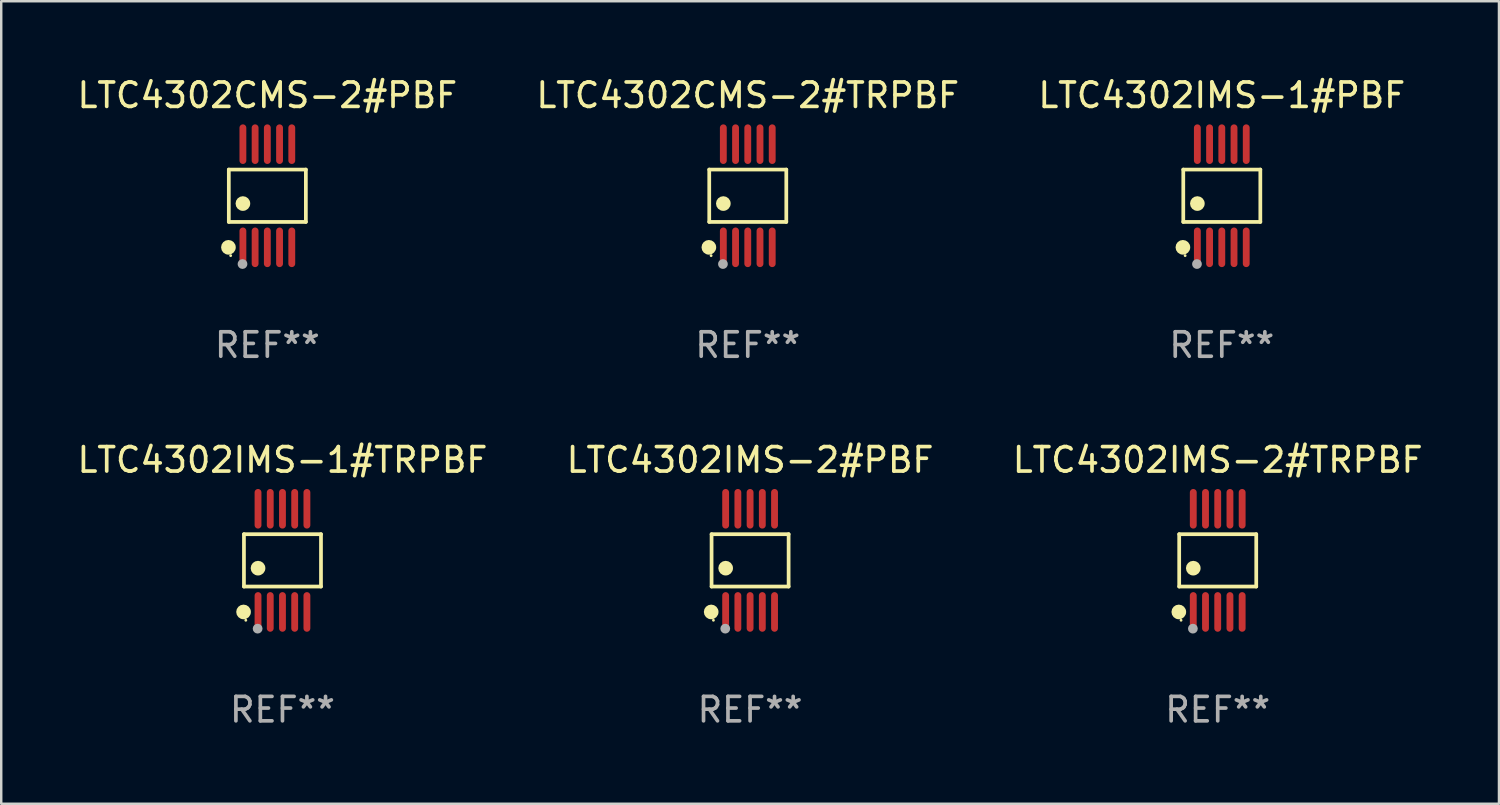
<source format=kicad_pcb>
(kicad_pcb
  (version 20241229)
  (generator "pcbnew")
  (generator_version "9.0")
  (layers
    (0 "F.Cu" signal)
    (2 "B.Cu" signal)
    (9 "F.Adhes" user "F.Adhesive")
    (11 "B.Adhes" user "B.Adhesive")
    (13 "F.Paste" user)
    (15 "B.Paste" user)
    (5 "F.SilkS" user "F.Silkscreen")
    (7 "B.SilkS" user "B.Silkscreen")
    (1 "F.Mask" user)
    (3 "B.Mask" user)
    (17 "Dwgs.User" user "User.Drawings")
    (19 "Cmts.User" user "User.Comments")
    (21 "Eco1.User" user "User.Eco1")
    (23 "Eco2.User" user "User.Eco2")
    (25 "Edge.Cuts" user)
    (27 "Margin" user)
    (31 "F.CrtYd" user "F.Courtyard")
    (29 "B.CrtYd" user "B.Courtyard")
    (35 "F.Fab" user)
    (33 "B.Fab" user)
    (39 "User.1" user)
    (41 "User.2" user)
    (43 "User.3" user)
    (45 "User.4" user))
  (footprint "LTC4302IMS-1#PBF"
    (layer "F.Cu")
    (at 46.935 4.958)
    (property "Reference" "LTC4302IMS-1#PBF" (at 0 -4.11 0) (layer "F.SilkS") (effects (font (size 1 1) (thickness 0.15))))
    (attr through_hole)
    (fp_line (start -1.576 -1.071) (end 1.576 -1.071) (stroke (width 0.152) (type solid)) (layer "F.SilkS"))
    (fp_line (start -1.576 1.071) (end -1.576 -1.071) (stroke (width 0.152) (type solid)) (layer "F.SilkS"))
    (fp_line (start 1.576 -1.071) (end 1.576 1.071) (stroke (width 0.152) (type solid)) (layer "F.SilkS"))
    (fp_line (start 1.576 1.071) (end -1.576 1.071) (stroke (width 0.152) (type solid)) (layer "F.SilkS"))
    (fp_circle (center -1.592 2.11) (end -1.442 2.11) (stroke (width 0.3) (type solid)) (fill no) (layer "F.SilkS"))
    (fp_circle (center -1.5 2.45) (end -1.47 2.45) (stroke (width 0.06) (type solid)) (fill no) (layer "F.SilkS"))
    (fp_circle (center -1 0.319) (end -0.85 0.319) (stroke (width 0.3) (type solid)) (fill no) (layer "F.SilkS"))
    (fp_circle (center -1.016 2.794) (end -0.916 2.794) (stroke (width 0.2) (type solid)) (fill no) (layer "F.Fab"))
    (fp_text user "REF**" (at 0 6.11 0) (layer "F.Fab") (effects (font (size 1 1) (thickness 0.15))))
    (pad "1" smd oval (at -1 2.11) (size 0.28 1.62) (layers "F.Cu" "F.Mask" "F.Paste"))
    (pad "2" smd oval (at -0.5 2.11) (size 0.28 1.62) (layers "F.Cu" "F.Mask" "F.Paste"))
    (pad "3" smd oval (at 0 2.11) (size 0.28 1.62) (layers "F.Cu" "F.Mask" "F.Paste"))
    (pad "4" smd oval (at 0.5 2.11) (size 0.28 1.62) (layers "F.Cu" "F.Mask" "F.Paste"))
    (pad "5" smd oval (at 1 2.11) (size 0.28 1.62) (layers "F.Cu" "F.Mask" "F.Paste"))
    (pad "6" smd oval (at 1 -2.11) (size 0.28 1.62) (layers "F.Cu" "F.Mask" "F.Paste"))
    (pad "7" smd oval (at 0.5 -2.11) (size 0.28 1.62) (layers "F.Cu" "F.Mask" "F.Paste"))
    (pad "8" smd oval (at 0 -2.11) (size 0.28 1.62) (layers "F.Cu" "F.Mask" "F.Paste"))
    (pad "9" smd oval (at -0.5 -2.11) (size 0.28 1.62) (layers "F.Cu" "F.Mask" "F.Paste"))
    (pad "10" smd oval (at -1 -2.11) (size 0.28 1.62) (layers "F.Cu" "F.Mask" "F.Paste")))
  (footprint "LTC4302CMS-2#TRPBF"
    (layer "F.Cu")
    (at 27.542 4.958)
    (property "Reference" "LTC4302CMS-2#TRPBF" (at 0 -4.11 0) (layer "F.SilkS") (effects (font (size 1 1) (thickness 0.15))))
    (attr through_hole)
    (fp_line (start -1.576 -1.071) (end 1.576 -1.071) (stroke (width 0.152) (type solid)) (layer "F.SilkS"))
    (fp_line (start -1.576 1.071) (end -1.576 -1.071) (stroke (width 0.152) (type solid)) (layer "F.SilkS"))
    (fp_line (start 1.576 -1.071) (end 1.576 1.071) (stroke (width 0.152) (type solid)) (layer "F.SilkS"))
    (fp_line (start 1.576 1.071) (end -1.576 1.071) (stroke (width 0.152) (type solid)) (layer "F.SilkS"))
    (fp_circle (center -1.592 2.11) (end -1.442 2.11) (stroke (width 0.3) (type solid)) (fill no) (layer "F.SilkS"))
    (fp_circle (center -1.5 2.45) (end -1.47 2.45) (stroke (width 0.06) (type solid)) (fill no) (layer "F.SilkS"))
    (fp_circle (center -1 0.319) (end -0.85 0.319) (stroke (width 0.3) (type solid)) (fill no) (layer "F.SilkS"))
    (fp_circle (center -1.016 2.794) (end -0.916 2.794) (stroke (width 0.2) (type solid)) (fill no) (layer "F.Fab"))
    (fp_text user "REF**" (at 0 6.11 0) (layer "F.Fab") (effects (font (size 1 1) (thickness 0.15))))
    (pad "1" smd oval (at -1 2.11) (size 0.28 1.62) (layers "F.Cu" "F.Mask" "F.Paste"))
    (pad "2" smd oval (at -0.5 2.11) (size 0.28 1.62) (layers "F.Cu" "F.Mask" "F.Paste"))
    (pad "3" smd oval (at 0 2.11) (size 0.28 1.62) (layers "F.Cu" "F.Mask" "F.Paste"))
    (pad "4" smd oval (at 0.5 2.11) (size 0.28 1.62) (layers "F.Cu" "F.Mask" "F.Paste"))
    (pad "5" smd oval (at 1 2.11) (size 0.28 1.62) (layers "F.Cu" "F.Mask" "F.Paste"))
    (pad "6" smd oval (at 1 -2.11) (size 0.28 1.62) (layers "F.Cu" "F.Mask" "F.Paste"))
    (pad "7" smd oval (at 0.5 -2.11) (size 0.28 1.62) (layers "F.Cu" "F.Mask" "F.Paste"))
    (pad "8" smd oval (at 0 -2.11) (size 0.28 1.62) (layers "F.Cu" "F.Mask" "F.Paste"))
    (pad "9" smd oval (at -0.5 -2.11) (size 0.28 1.62) (layers "F.Cu" "F.Mask" "F.Paste"))
    (pad "10" smd oval (at -1 -2.11) (size 0.28 1.62) (layers "F.Cu" "F.Mask" "F.Paste")))
  (footprint "LTC4302IMS-2#PBF"
    (layer "F.Cu")
    (at 27.637 19.875)
    (property "Reference" "LTC4302IMS-2#PBF" (at 0 -4.11 0) (layer "F.SilkS") (effects (font (size 1 1) (thickness 0.15))))
    (attr through_hole)
    (fp_line (start -1.576 -1.071) (end 1.576 -1.071) (stroke (width 0.152) (type solid)) (layer "F.SilkS"))
    (fp_line (start -1.576 1.071) (end -1.576 -1.071) (stroke (width 0.152) (type solid)) (layer "F.SilkS"))
    (fp_line (start 1.576 -1.071) (end 1.576 1.071) (stroke (width 0.152) (type solid)) (layer "F.SilkS"))
    (fp_line (start 1.576 1.071) (end -1.576 1.071) (stroke (width 0.152) (type solid)) (layer "F.SilkS"))
    (fp_circle (center -1.592 2.11) (end -1.442 2.11) (stroke (width 0.3) (type solid)) (fill no) (layer "F.SilkS"))
    (fp_circle (center -1.5 2.45) (end -1.47 2.45) (stroke (width 0.06) (type solid)) (fill no) (layer "F.SilkS"))
    (fp_circle (center -1 0.319) (end -0.85 0.319) (stroke (width 0.3) (type solid)) (fill no) (layer "F.SilkS"))
    (fp_circle (center -1.016 2.794) (end -0.916 2.794) (stroke (width 0.2) (type solid)) (fill no) (layer "F.Fab"))
    (fp_text user "REF**" (at 0 6.11 0) (layer "F.Fab") (effects (font (size 1 1) (thickness 0.15))))
    (pad "1" smd oval (at -1 2.11) (size 0.28 1.62) (layers "F.Cu" "F.Mask" "F.Paste"))
    (pad "2" smd oval (at -0.5 2.11) (size 0.28 1.62) (layers "F.Cu" "F.Mask" "F.Paste"))
    (pad "3" smd oval (at 0 2.11) (size 0.28 1.62) (layers "F.Cu" "F.Mask" "F.Paste"))
    (pad "4" smd oval (at 0.5 2.11) (size 0.28 1.62) (layers "F.Cu" "F.Mask" "F.Paste"))
    (pad "5" smd oval (at 1 2.11) (size 0.28 1.62) (layers "F.Cu" "F.Mask" "F.Paste"))
    (pad "6" smd oval (at 1 -2.11) (size 0.28 1.62) (layers "F.Cu" "F.Mask" "F.Paste"))
    (pad "7" smd oval (at 0.5 -2.11) (size 0.28 1.62) (layers "F.Cu" "F.Mask" "F.Paste"))
    (pad "8" smd oval (at 0 -2.11) (size 0.28 1.62) (layers "F.Cu" "F.Mask" "F.Paste"))
    (pad "9" smd oval (at -0.5 -2.11) (size 0.28 1.62) (layers "F.Cu" "F.Mask" "F.Paste"))
    (pad "10" smd oval (at -1 -2.11) (size 0.28 1.62) (layers "F.Cu" "F.Mask" "F.Paste")))
  (footprint "LTC4302CMS-2#PBF"
    (layer "F.Cu")
    (at 7.887 4.958)
    (property "Reference" "LTC4302CMS-2#PBF" (at 0 -4.11 0) (layer "F.SilkS") (effects (font (size 1 1) (thickness 0.15))))
    (attr through_hole)
    (fp_line (start -1.576 -1.071) (end 1.576 -1.071) (stroke (width 0.152) (type solid)) (layer "F.SilkS"))
    (fp_line (start -1.576 1.071) (end -1.576 -1.071) (stroke (width 0.152) (type solid)) (layer "F.SilkS"))
    (fp_line (start 1.576 -1.071) (end 1.576 1.071) (stroke (width 0.152) (type solid)) (layer "F.SilkS"))
    (fp_line (start 1.576 1.071) (end -1.576 1.071) (stroke (width 0.152) (type solid)) (layer "F.SilkS"))
    (fp_circle (center -1.592 2.11) (end -1.442 2.11) (stroke (width 0.3) (type solid)) (fill no) (layer "F.SilkS"))
    (fp_circle (center -1.5 2.45) (end -1.47 2.45) (stroke (width 0.06) (type solid)) (fill no) (layer "F.SilkS"))
    (fp_circle (center -1 0.319) (end -0.85 0.319) (stroke (width 0.3) (type solid)) (fill no) (layer "F.SilkS"))
    (fp_circle (center -1.016 2.794) (end -0.916 2.794) (stroke (width 0.2) (type solid)) (fill no) (layer "F.Fab"))
    (fp_text user "REF**" (at 0 6.11 0) (layer "F.Fab") (effects (font (size 1 1) (thickness 0.15))))
    (pad "1" smd oval (at -1 2.11) (size 0.28 1.62) (layers "F.Cu" "F.Mask" "F.Paste"))
    (pad "2" smd oval (at -0.5 2.11) (size 0.28 1.62) (layers "F.Cu" "F.Mask" "F.Paste"))
    (pad "3" smd oval (at 0 2.11) (size 0.28 1.62) (layers "F.Cu" "F.Mask" "F.Paste"))
    (pad "4" smd oval (at 0.5 2.11) (size 0.28 1.62) (layers "F.Cu" "F.Mask" "F.Paste"))
    (pad "5" smd oval (at 1 2.11) (size 0.28 1.62) (layers "F.Cu" "F.Mask" "F.Paste"))
    (pad "6" smd oval (at 1 -2.11) (size 0.28 1.62) (layers "F.Cu" "F.Mask" "F.Paste"))
    (pad "7" smd oval (at 0.5 -2.11) (size 0.28 1.62) (layers "F.Cu" "F.Mask" "F.Paste"))
    (pad "8" smd oval (at 0 -2.11) (size 0.28 1.62) (layers "F.Cu" "F.Mask" "F.Paste"))
    (pad "9" smd oval (at -0.5 -2.11) (size 0.28 1.62) (layers "F.Cu" "F.Mask" "F.Paste"))
    (pad "10" smd oval (at -1 -2.11) (size 0.28 1.62) (layers "F.Cu" "F.Mask" "F.Paste")))
  (footprint "LTC4302IMS-1#TRPBF"
    (layer "F.Cu")
    (at 8.506 19.875)
    (property "Reference" "LTC4302IMS-1#TRPBF" (at 0 -4.11 0) (layer "F.SilkS") (effects (font (size 1 1) (thickness 0.15))))
    (attr through_hole)
    (fp_line (start -1.576 -1.071) (end 1.576 -1.071) (stroke (width 0.152) (type solid)) (layer "F.SilkS"))
    (fp_line (start -1.576 1.071) (end -1.576 -1.071) (stroke (width 0.152) (type solid)) (layer "F.SilkS"))
    (fp_line (start 1.576 -1.071) (end 1.576 1.071) (stroke (width 0.152) (type solid)) (layer "F.SilkS"))
    (fp_line (start 1.576 1.071) (end -1.576 1.071) (stroke (width 0.152) (type solid)) (layer "F.SilkS"))
    (fp_circle (center -1.592 2.11) (end -1.442 2.11) (stroke (width 0.3) (type solid)) (fill no) (layer "F.SilkS"))
    (fp_circle (center -1.5 2.45) (end -1.47 2.45) (stroke (width 0.06) (type solid)) (fill no) (layer "F.SilkS"))
    (fp_circle (center -1 0.319) (end -0.85 0.319) (stroke (width 0.3) (type solid)) (fill no) (layer "F.SilkS"))
    (fp_circle (center -1.016 2.794) (end -0.916 2.794) (stroke (width 0.2) (type solid)) (fill no) (layer "F.Fab"))
    (fp_text user "REF**" (at 0 6.11 0) (layer "F.Fab") (effects (font (size 1 1) (thickness 0.15))))
    (pad "1" smd oval (at -1 2.11) (size 0.28 1.62) (layers "F.Cu" "F.Mask" "F.Paste"))
    (pad "2" smd oval (at -0.5 2.11) (size 0.28 1.62) (layers "F.Cu" "F.Mask" "F.Paste"))
    (pad "3" smd oval (at 0 2.11) (size 0.28 1.62) (layers "F.Cu" "F.Mask" "F.Paste"))
    (pad "4" smd oval (at 0.5 2.11) (size 0.28 1.62) (layers "F.Cu" "F.Mask" "F.Paste"))
    (pad "5" smd oval (at 1 2.11) (size 0.28 1.62) (layers "F.Cu" "F.Mask" "F.Paste"))
    (pad "6" smd oval (at 1 -2.11) (size 0.28 1.62) (layers "F.Cu" "F.Mask" "F.Paste"))
    (pad "7" smd oval (at 0.5 -2.11) (size 0.28 1.62) (layers "F.Cu" "F.Mask" "F.Paste"))
    (pad "8" smd oval (at 0 -2.11) (size 0.28 1.62) (layers "F.Cu" "F.Mask" "F.Paste"))
    (pad "9" smd oval (at -0.5 -2.11) (size 0.28 1.62) (layers "F.Cu" "F.Mask" "F.Paste"))
    (pad "10" smd oval (at -1 -2.11) (size 0.28 1.62) (layers "F.Cu" "F.Mask" "F.Paste")))
  (footprint "LTC4302IMS-2#TRPBF"
    (layer "F.Cu")
    (at 46.768 19.875)
    (property "Reference" "LTC4302IMS-2#TRPBF" (at 0 -4.11 0) (layer "F.SilkS") (effects (font (size 1 1) (thickness 0.15))))
    (attr through_hole)
    (fp_line (start -1.576 -1.071) (end 1.576 -1.071) (stroke (width 0.152) (type solid)) (layer "F.SilkS"))
    (fp_line (start -1.576 1.071) (end -1.576 -1.071) (stroke (width 0.152) (type solid)) (layer "F.SilkS"))
    (fp_line (start 1.576 -1.071) (end 1.576 1.071) (stroke (width 0.152) (type solid)) (layer "F.SilkS"))
    (fp_line (start 1.576 1.071) (end -1.576 1.071) (stroke (width 0.152) (type solid)) (layer "F.SilkS"))
    (fp_circle (center -1.592 2.11) (end -1.442 2.11) (stroke (width 0.3) (type solid)) (fill no) (layer "F.SilkS"))
    (fp_circle (center -1.5 2.45) (end -1.47 2.45) (stroke (width 0.06) (type solid)) (fill no) (layer "F.SilkS"))
    (fp_circle (center -1 0.319) (end -0.85 0.319) (stroke (width 0.3) (type solid)) (fill no) (layer "F.SilkS"))
    (fp_circle (center -1.016 2.794) (end -0.916 2.794) (stroke (width 0.2) (type solid)) (fill no) (layer "F.Fab"))
    (fp_text user "REF**" (at 0 6.11 0) (layer "F.Fab") (effects (font (size 1 1) (thickness 0.15))))
    (pad "1" smd oval (at -1 2.11) (size 0.28 1.62) (layers "F.Cu" "F.Mask" "F.Paste"))
    (pad "2" smd oval (at -0.5 2.11) (size 0.28 1.62) (layers "F.Cu" "F.Mask" "F.Paste"))
    (pad "3" smd oval (at 0 2.11) (size 0.28 1.62) (layers "F.Cu" "F.Mask" "F.Paste"))
    (pad "4" smd oval (at 0.5 2.11) (size 0.28 1.62) (layers "F.Cu" "F.Mask" "F.Paste"))
    (pad "5" smd oval (at 1 2.11) (size 0.28 1.62) (layers "F.Cu" "F.Mask" "F.Paste"))
    (pad "6" smd oval (at 1 -2.11) (size 0.28 1.62) (layers "F.Cu" "F.Mask" "F.Paste"))
    (pad "7" smd oval (at 0.5 -2.11) (size 0.28 1.62) (layers "F.Cu" "F.Mask" "F.Paste"))
    (pad "8" smd oval (at 0 -2.11) (size 0.28 1.62) (layers "F.Cu" "F.Mask" "F.Paste"))
    (pad "9" smd oval (at -0.5 -2.11) (size 0.28 1.62) (layers "F.Cu" "F.Mask" "F.Paste"))
    (pad "10" smd oval (at -1 -2.11) (size 0.28 1.62) (layers "F.Cu" "F.Mask" "F.Paste")))
  (gr_rect
    (start -3 -3)
    (end 58.274 29.833)
    (stroke (width 0.1) (type default))
    (fill no)
    (layer "Edge.Cuts")))
</source>
